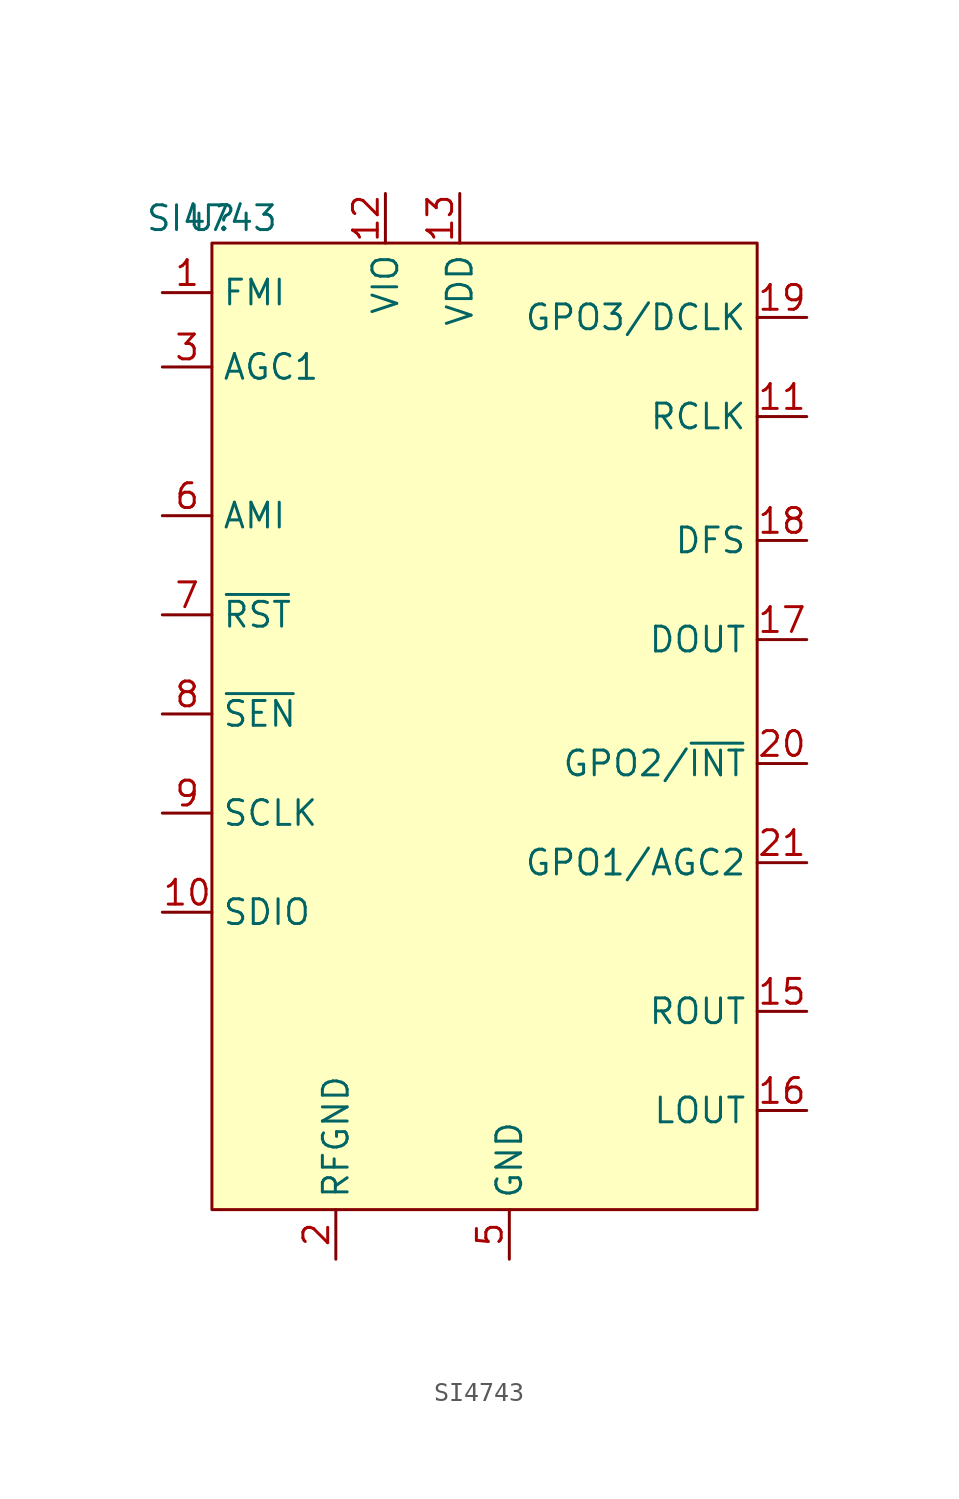
<source format=kicad_sym>
(kicad_symbol_lib
  (version 20211014)
  (generator kicad_symbol_editor)
  (symbol "SI4743"
    (property "Reference" "U"
      (at 0 0 0)
      (effects (font (size 1.27 1.27))))
    (property "Value" "SI4743"
      (at 0 0 0)
      (effects (font (size 1.27 1.27))))
    (symbol "SI4743_0_1"
      (rectangle (start 0 -1.27) (end 27.94 -50.8) (stroke (width 0) (type default) (color 0 0 0 0)) (fill (type background))))
    (symbol "SI4743_1_1"
      (pin input line (at -2.54 -3.81 0) (length 2.54) (name "FMI" (effects (font (size 1.27 1.27)))) (number "1" (effects (font (size 1.27 1.27)))))
      (pin input line (at -2.54 -35.56 0) (length 2.54) (name "SDIO" (effects (font (size 1.27 1.27)))) (number "10" (effects (font (size 1.27 1.27)))))
      (pin input line (at 30.48 -10.16 180) (length 2.54) (name "RCLK" (effects (font (size 1.27 1.27)))) (number "11" (effects (font (size 1.27 1.27)))))
      (pin input line (at 8.89 1.27 270) (length 2.54) (name "VIO" (effects (font (size 1.27 1.27)))) (number "12" (effects (font (size 1.27 1.27)))))
      (pin input line (at 12.7 1.27 270) (length 2.54) (name "VDD" (effects (font (size 1.27 1.27)))) (number "13" (effects (font (size 1.27 1.27)))))
      (pin input line (at 15.24 -53.34 90) (length 2.54) hide (name "GND" (effects (font (size 1.27 1.27)))) (number "14" (effects (font (size 1.27 1.27)))))
      (pin output line (at 30.48 -40.64 180) (length 2.54) (name "ROUT" (effects (font (size 1.27 1.27)))) (number "15" (effects (font (size 1.27 1.27)))))
      (pin output line (at 30.48 -45.72 180) (length 2.54) (name "LOUT" (effects (font (size 1.27 1.27)))) (number "16" (effects (font (size 1.27 1.27)))))
      (pin input line (at 30.48 -21.59 180) (length 2.54) (name "DOUT" (effects (font (size 1.27 1.27)))) (number "17" (effects (font (size 1.27 1.27)))))
      (pin input line (at 30.48 -16.51 180) (length 2.54) (name "DFS" (effects (font (size 1.27 1.27)))) (number "18" (effects (font (size 1.27 1.27)))))
      (pin input line (at 30.48 -5.08 180) (length 2.54) (name "GPO3/DCLK" (effects (font (size 1.27 1.27)))) (number "19" (effects (font (size 1.27 1.27)))))
      (pin input line (at 6.35 -53.34 90) (length 2.54) (name "RFGND" (effects (font (size 1.27 1.27)))) (number "2" (effects (font (size 1.27 1.27)))))
      (pin input line (at 30.48 -27.94 180) (length 2.54) (name "GPO2/~{INT}" (effects (font (size 1.27 1.27)))) (number "20" (effects (font (size 1.27 1.27)))))
      (pin input line (at 30.48 -33.02 180) (length 2.54) (name "GPO1/AGC2" (effects (font (size 1.27 1.27)))) (number "21" (effects (font (size 1.27 1.27)))))
      (pin input line (at -2.54 -11.43 0) (length 2.54) hide (name "NC" (effects (font (size 1.27 1.27)))) (number "22" (effects (font (size 1.27 1.27)))))
      (pin input line (at -2.54 -11.43 0) (length 2.54) hide (name "NC" (effects (font (size 1.27 1.27)))) (number "23" (effects (font (size 1.27 1.27)))))
      (pin input line (at -2.54 -11.43 0) (length 2.54) hide (name "NC" (effects (font (size 1.27 1.27)))) (number "24" (effects (font (size 1.27 1.27)))))
      (pin input line (at 15.24 -53.34 90) (length 2.54) hide (name "GND" (effects (font (size 1.27 1.27)))) (number "25" (effects (font (size 1.27 1.27)))))
      (pin input line (at -2.54 -7.62 0) (length 2.54) (name "AGC1" (effects (font (size 1.27 1.27)))) (number "3" (effects (font (size 1.27 1.27)))))
      (pin input line (at -2.54 -11.43 0) (length 2.54) hide (name "NC" (effects (font (size 1.27 1.27)))) (number "4" (effects (font (size 1.27 1.27)))))
      (pin input line (at 15.24 -53.34 90) (length 2.54) (name "GND" (effects (font (size 1.27 1.27)))) (number "5" (effects (font (size 1.27 1.27)))))
      (pin input line (at -2.54 -15.24 0) (length 2.54) (name "AMI" (effects (font (size 1.27 1.27)))) (number "6" (effects (font (size 1.27 1.27)))))
      (pin input line (at -2.54 -20.32 0) (length 2.54) (name "~{RST}" (effects (font (size 1.27 1.27)))) (number "7" (effects (font (size 1.27 1.27)))))
      (pin input line (at -2.54 -25.4 0) (length 2.54) (name "~{SEN}" (effects (font (size 1.27 1.27)))) (number "8" (effects (font (size 1.27 1.27)))))
      (pin input line (at -2.54 -30.48 0) (length 2.54) (name "SCLK" (effects (font (size 1.27 1.27)))) (number "9" (effects (font (size 1.27 1.27))))))))
</source>
